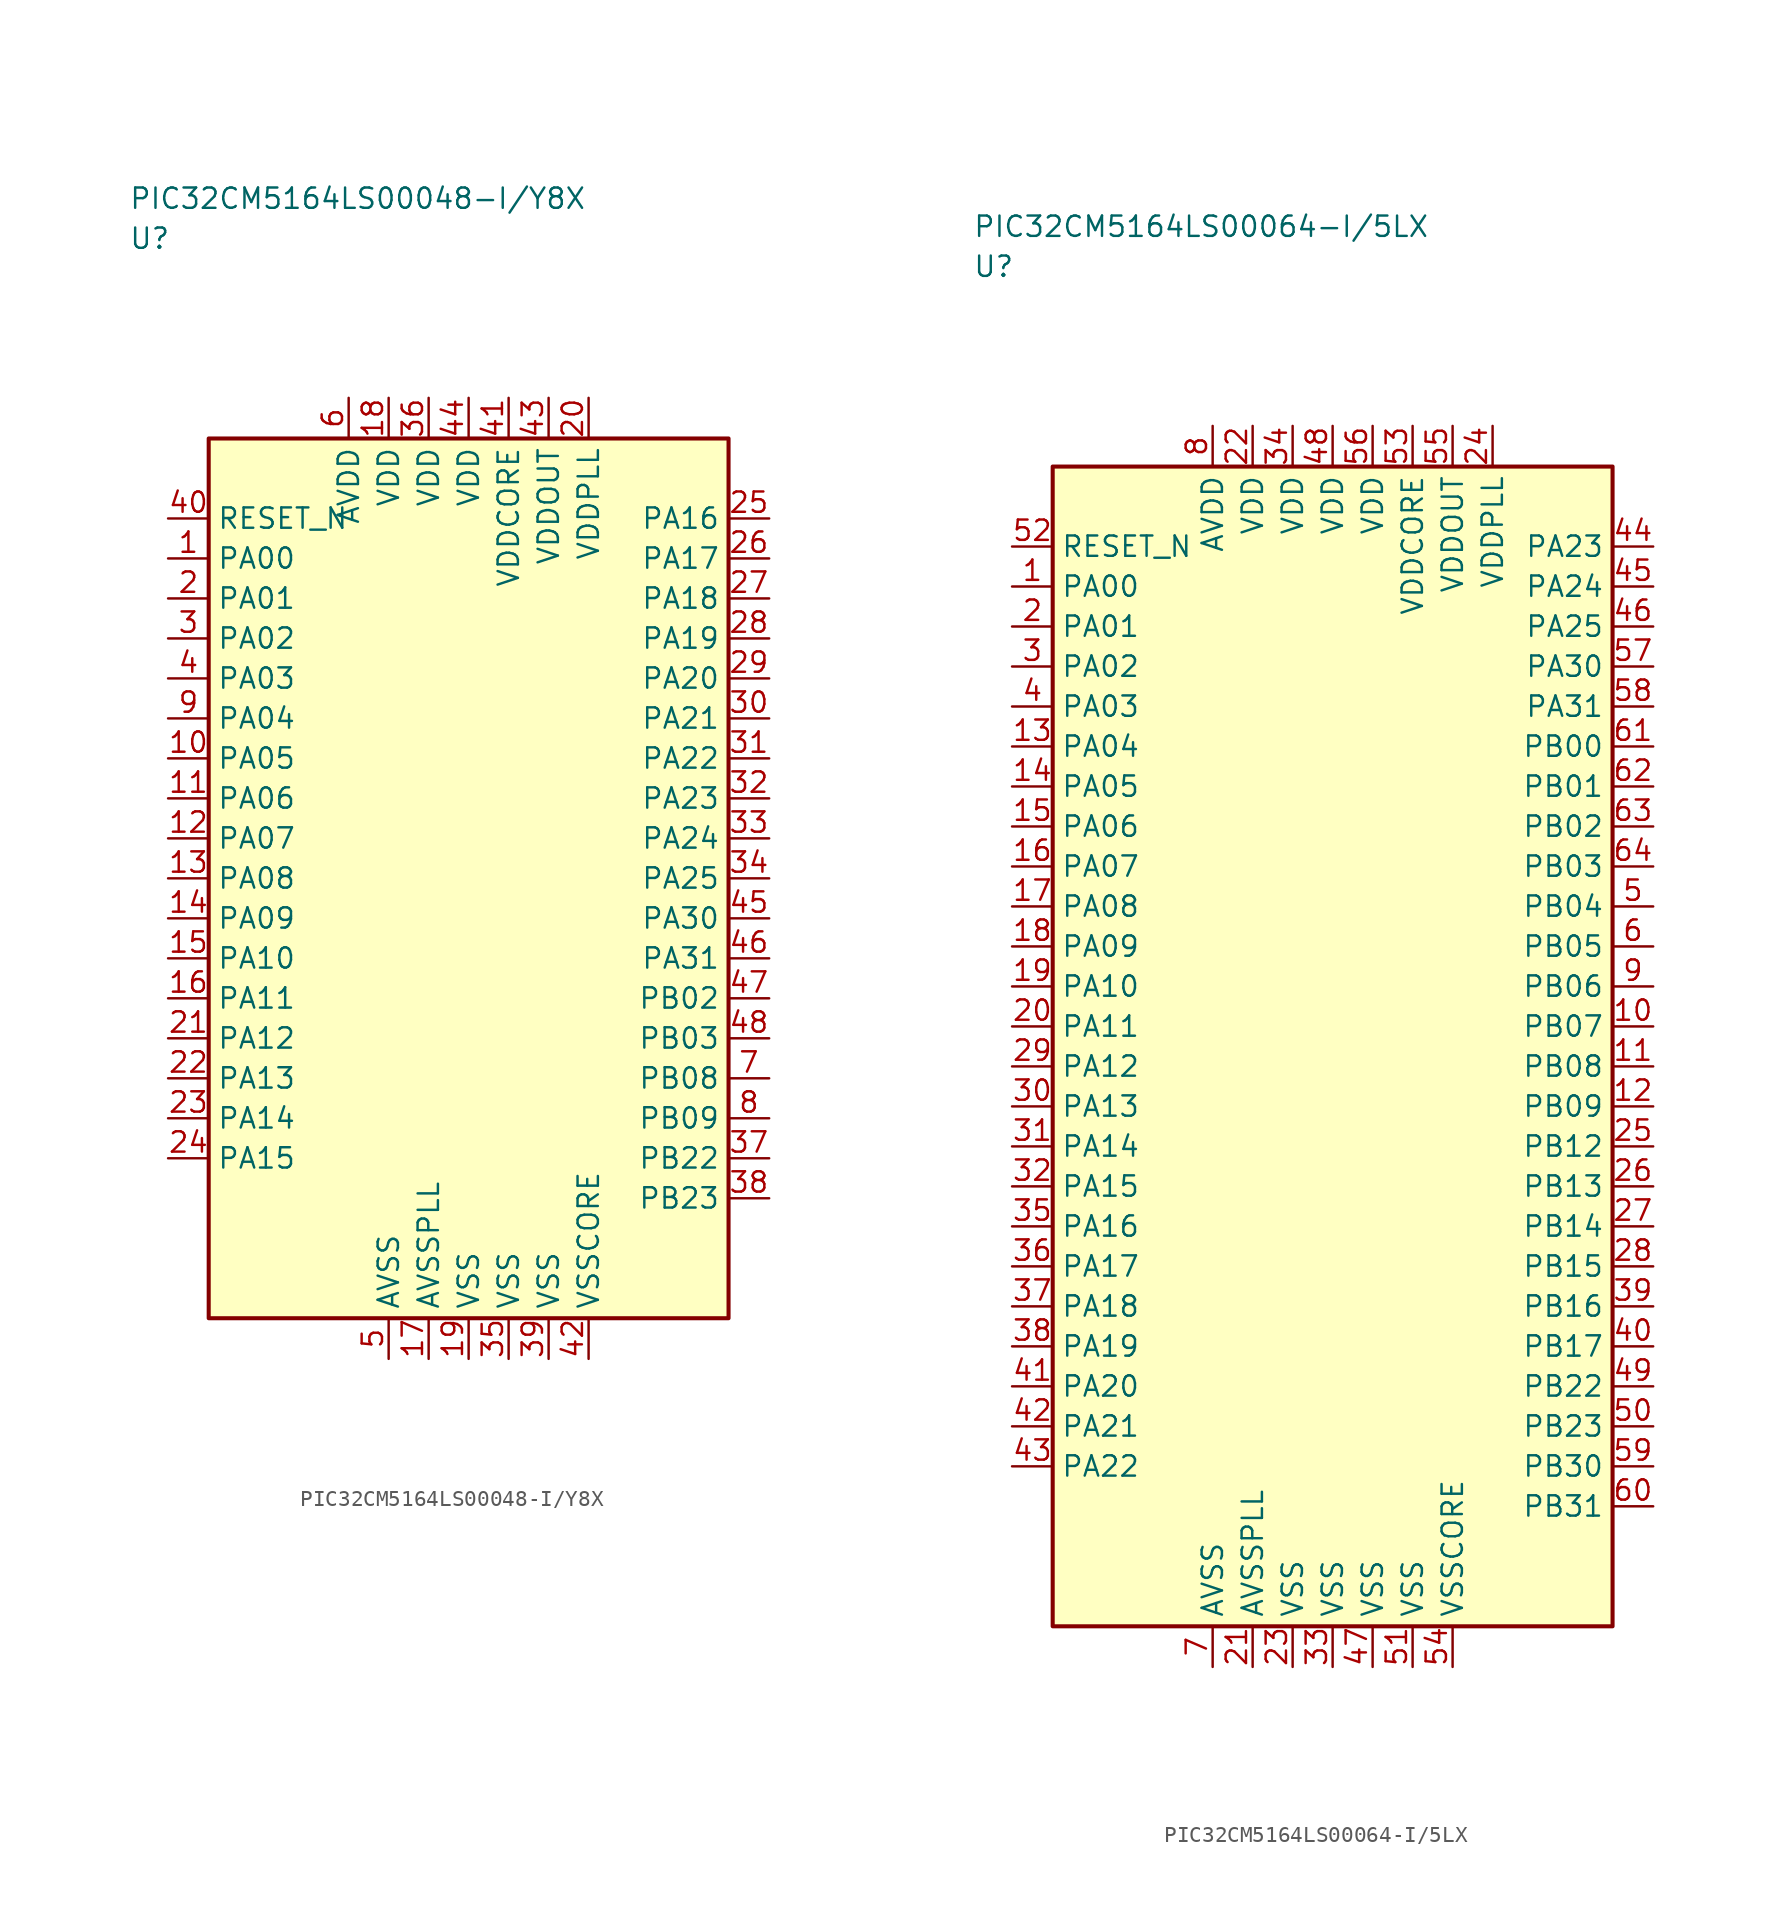
<source format=kicad_sym>
(kicad_symbol_lib
  (version 20241025)
  (generator "kicad_symbol_editor")
  (generator_version "8.0")
  (symbol "PIC32CM5164LS00048-I/Y8X"
    (property "Reference" "U"
      (at -21.25 40.0 0)
      (effects (font (size 1.27 1.27)) (justify left)))
    (property "Value" "PIC32CM5164LS00048-I/Y8X"
      (at -21.25 42.5 0)
      (effects (font (size 1.27 1.27)) (justify left)))
    (symbol "PIC32CM5164LS00048-I/Y8X_0_1"
      (rectangle (start -16.25 27.5) (end 16.25 -27.5) (stroke (width 0.254) (type default)) (fill (type background))))
    (symbol "PIC32CM5164LS00048-I/Y8X_1_1"
      (pin bidirectional line (at -18.79 20.0 0.0) (length 2.54) (name "PA00" (effects (font (size 1.27 1.27)))) (number "1" (effects (font (size 1.27 1.27)))))
      (pin bidirectional line (at -18.79 17.5 0.0) (length 2.54) (name "PA01" (effects (font (size 1.27 1.27)))) (number "2" (effects (font (size 1.27 1.27)))))
      (pin bidirectional line (at -18.79 15.0 0.0) (length 2.54) (name "PA02" (effects (font (size 1.27 1.27)))) (number "3" (effects (font (size 1.27 1.27)))))
      (pin bidirectional line (at -18.79 12.5 0.0) (length 2.54) (name "PA03" (effects (font (size 1.27 1.27)))) (number "4" (effects (font (size 1.27 1.27)))))
      (pin passive line (at -5.0 -30.04 90.0) (length 2.54) (name "AVSS" (effects (font (size 1.27 1.27)))) (number "5" (effects (font (size 1.27 1.27)))))
      (pin power_in line (at -7.5 30.04 270.0) (length 2.54) (name "AVDD" (effects (font (size 1.27 1.27)))) (number "6" (effects (font (size 1.27 1.27)))))
      (pin bidirectional line (at 18.79 -12.5 180.0) (length 2.54) (name "PB08" (effects (font (size 1.27 1.27)))) (number "7" (effects (font (size 1.27 1.27)))))
      (pin bidirectional line (at 18.79 -15.0 180.0) (length 2.54) (name "PB09" (effects (font (size 1.27 1.27)))) (number "8" (effects (font (size 1.27 1.27)))))
      (pin bidirectional line (at -18.79 10.0 0.0) (length 2.54) (name "PA04" (effects (font (size 1.27 1.27)))) (number "9" (effects (font (size 1.27 1.27)))))
      (pin bidirectional line (at -18.79 7.5 0.0) (length 2.54) (name "PA05" (effects (font (size 1.27 1.27)))) (number "10" (effects (font (size 1.27 1.27)))))
      (pin bidirectional line (at -18.79 5.0 0.0) (length 2.54) (name "PA06" (effects (font (size 1.27 1.27)))) (number "11" (effects (font (size 1.27 1.27)))))
      (pin bidirectional line (at -18.79 2.5 0.0) (length 2.54) (name "PA07" (effects (font (size 1.27 1.27)))) (number "12" (effects (font (size 1.27 1.27)))))
      (pin bidirectional line (at -18.79 0.0 0.0) (length 2.54) (name "PA08" (effects (font (size 1.27 1.27)))) (number "13" (effects (font (size 1.27 1.27)))))
      (pin bidirectional line (at -18.79 -2.5 0.0) (length 2.54) (name "PA09" (effects (font (size 1.27 1.27)))) (number "14" (effects (font (size 1.27 1.27)))))
      (pin bidirectional line (at -18.79 -5.0 0.0) (length 2.54) (name "PA10" (effects (font (size 1.27 1.27)))) (number "15" (effects (font (size 1.27 1.27)))))
      (pin bidirectional line (at -18.79 -7.5 0.0) (length 2.54) (name "PA11" (effects (font (size 1.27 1.27)))) (number "16" (effects (font (size 1.27 1.27)))))
      (pin passive line (at -2.5 -30.04 90.0) (length 2.54) (name "AVSSPLL" (effects (font (size 1.27 1.27)))) (number "17" (effects (font (size 1.27 1.27)))))
      (pin power_in line (at -5.0 30.04 270.0) (length 2.54) (name "VDD" (effects (font (size 1.27 1.27)))) (number "18" (effects (font (size 1.27 1.27)))))
      (pin passive line (at 0.0 -30.04 90.0) (length 2.54) (name "VSS" (effects (font (size 1.27 1.27)))) (number "19" (effects (font (size 1.27 1.27)))))
      (pin power_in line (at 7.5 30.04 270.0) (length 2.54) (name "VDDPLL" (effects (font (size 1.27 1.27)))) (number "20" (effects (font (size 1.27 1.27)))))
      (pin bidirectional line (at -18.79 -10.0 0.0) (length 2.54) (name "PA12" (effects (font (size 1.27 1.27)))) (number "21" (effects (font (size 1.27 1.27)))))
      (pin bidirectional line (at -18.79 -12.5 0.0) (length 2.54) (name "PA13" (effects (font (size 1.27 1.27)))) (number "22" (effects (font (size 1.27 1.27)))))
      (pin bidirectional line (at -18.79 -15.0 0.0) (length 2.54) (name "PA14" (effects (font (size 1.27 1.27)))) (number "23" (effects (font (size 1.27 1.27)))))
      (pin bidirectional line (at -18.79 -17.5 0.0) (length 2.54) (name "PA15" (effects (font (size 1.27 1.27)))) (number "24" (effects (font (size 1.27 1.27)))))
      (pin bidirectional line (at 18.79 22.5 180.0) (length 2.54) (name "PA16" (effects (font (size 1.27 1.27)))) (number "25" (effects (font (size 1.27 1.27)))))
      (pin bidirectional line (at 18.79 20.0 180.0) (length 2.54) (name "PA17" (effects (font (size 1.27 1.27)))) (number "26" (effects (font (size 1.27 1.27)))))
      (pin bidirectional line (at 18.79 17.5 180.0) (length 2.54) (name "PA18" (effects (font (size 1.27 1.27)))) (number "27" (effects (font (size 1.27 1.27)))))
      (pin bidirectional line (at 18.79 15.0 180.0) (length 2.54) (name "PA19" (effects (font (size 1.27 1.27)))) (number "28" (effects (font (size 1.27 1.27)))))
      (pin bidirectional line (at 18.79 12.5 180.0) (length 2.54) (name "PA20" (effects (font (size 1.27 1.27)))) (number "29" (effects (font (size 1.27 1.27)))))
      (pin bidirectional line (at 18.79 10.0 180.0) (length 2.54) (name "PA21" (effects (font (size 1.27 1.27)))) (number "30" (effects (font (size 1.27 1.27)))))
      (pin bidirectional line (at 18.79 7.5 180.0) (length 2.54) (name "PA22" (effects (font (size 1.27 1.27)))) (number "31" (effects (font (size 1.27 1.27)))))
      (pin bidirectional line (at 18.79 5.0 180.0) (length 2.54) (name "PA23" (effects (font (size 1.27 1.27)))) (number "32" (effects (font (size 1.27 1.27)))))
      (pin bidirectional line (at 18.79 2.5 180.0) (length 2.54) (name "PA24" (effects (font (size 1.27 1.27)))) (number "33" (effects (font (size 1.27 1.27)))))
      (pin bidirectional line (at 18.79 0.0 180.0) (length 2.54) (name "PA25" (effects (font (size 1.27 1.27)))) (number "34" (effects (font (size 1.27 1.27)))))
      (pin passive line (at 2.5 -30.04 90.0) (length 2.54) (name "VSS" (effects (font (size 1.27 1.27)))) (number "35" (effects (font (size 1.27 1.27)))))
      (pin power_in line (at -2.5 30.04 270.0) (length 2.54) (name "VDD" (effects (font (size 1.27 1.27)))) (number "36" (effects (font (size 1.27 1.27)))))
      (pin bidirectional line (at 18.79 -17.5 180.0) (length 2.54) (name "PB22" (effects (font (size 1.27 1.27)))) (number "37" (effects (font (size 1.27 1.27)))))
      (pin bidirectional line (at 18.79 -20.0 180.0) (length 2.54) (name "PB23" (effects (font (size 1.27 1.27)))) (number "38" (effects (font (size 1.27 1.27)))))
      (pin passive line (at 5.0 -30.04 90.0) (length 2.54) (name "VSS" (effects (font (size 1.27 1.27)))) (number "39" (effects (font (size 1.27 1.27)))))
      (pin input line (at -18.79 22.5 0.0) (length 2.54) (name "RESET_N" (effects (font (size 1.27 1.27)))) (number "40" (effects (font (size 1.27 1.27)))))
      (pin power_in line (at 2.5 30.04 270.0) (length 2.54) (name "VDDCORE" (effects (font (size 1.27 1.27)))) (number "41" (effects (font (size 1.27 1.27)))))
      (pin passive line (at 7.5 -30.04 90.0) (length 2.54) (name "VSSCORE" (effects (font (size 1.27 1.27)))) (number "42" (effects (font (size 1.27 1.27)))))
      (pin power_in line (at 5.0 30.04 270.0) (length 2.54) (name "VDDOUT" (effects (font (size 1.27 1.27)))) (number "43" (effects (font (size 1.27 1.27)))))
      (pin power_in line (at 0.0 30.04 270.0) (length 2.54) (name "VDD" (effects (font (size 1.27 1.27)))) (number "44" (effects (font (size 1.27 1.27)))))
      (pin bidirectional line (at 18.79 -2.5 180.0) (length 2.54) (name "PA30" (effects (font (size 1.27 1.27)))) (number "45" (effects (font (size 1.27 1.27)))))
      (pin bidirectional line (at 18.79 -5.0 180.0) (length 2.54) (name "PA31" (effects (font (size 1.27 1.27)))) (number "46" (effects (font (size 1.27 1.27)))))
      (pin bidirectional line (at 18.79 -7.5 180.0) (length 2.54) (name "PB02" (effects (font (size 1.27 1.27)))) (number "47" (effects (font (size 1.27 1.27)))))
      (pin bidirectional line (at 18.79 -10.0 180.0) (length 2.54) (name "PB03" (effects (font (size 1.27 1.27)))) (number "48" (effects (font (size 1.27 1.27)))))))
  (symbol "PIC32CM5164LS00064-I/5LX"
    (property "Reference" "U"
      (at -22.5 48.75 0)
      (effects (font (size 1.27 1.27)) (justify left)))
    (property "Value" "PIC32CM5164LS00064-I/5LX"
      (at -22.5 51.25 0)
      (effects (font (size 1.27 1.27)) (justify left)))
    (symbol "PIC32CM5164LS00064-I/5LX_0_1"
      (rectangle (start -17.5 36.25) (end 17.5 -36.25) (stroke (width 0.254) (type default)) (fill (type background))))
    (symbol "PIC32CM5164LS00064-I/5LX_1_1"
      (pin bidirectional line (at -20.04 28.75 0.0) (length 2.54) (name "PA00" (effects (font (size 1.27 1.27)))) (number "1" (effects (font (size 1.27 1.27)))))
      (pin bidirectional line (at -20.04 26.25 0.0) (length 2.54) (name "PA01" (effects (font (size 1.27 1.27)))) (number "2" (effects (font (size 1.27 1.27)))))
      (pin bidirectional line (at -20.04 23.75 0.0) (length 2.54) (name "PA02" (effects (font (size 1.27 1.27)))) (number "3" (effects (font (size 1.27 1.27)))))
      (pin bidirectional line (at -20.04 21.25 0.0) (length 2.54) (name "PA03" (effects (font (size 1.27 1.27)))) (number "4" (effects (font (size 1.27 1.27)))))
      (pin bidirectional line (at 20.04 8.75 180.0) (length 2.54) (name "PB04" (effects (font (size 1.27 1.27)))) (number "5" (effects (font (size 1.27 1.27)))))
      (pin bidirectional line (at 20.04 6.25 180.0) (length 2.54) (name "PB05" (effects (font (size 1.27 1.27)))) (number "6" (effects (font (size 1.27 1.27)))))
      (pin passive line (at -7.5 -38.79 90.0) (length 2.54) (name "AVSS" (effects (font (size 1.27 1.27)))) (number "7" (effects (font (size 1.27 1.27)))))
      (pin power_in line (at -7.5 38.79 270.0) (length 2.54) (name "AVDD" (effects (font (size 1.27 1.27)))) (number "8" (effects (font (size 1.27 1.27)))))
      (pin bidirectional line (at 20.04 3.75 180.0) (length 2.54) (name "PB06" (effects (font (size 1.27 1.27)))) (number "9" (effects (font (size 1.27 1.27)))))
      (pin bidirectional line (at 20.04 1.25 180.0) (length 2.54) (name "PB07" (effects (font (size 1.27 1.27)))) (number "10" (effects (font (size 1.27 1.27)))))
      (pin bidirectional line (at 20.04 -1.25 180.0) (length 2.54) (name "PB08" (effects (font (size 1.27 1.27)))) (number "11" (effects (font (size 1.27 1.27)))))
      (pin bidirectional line (at 20.04 -3.75 180.0) (length 2.54) (name "PB09" (effects (font (size 1.27 1.27)))) (number "12" (effects (font (size 1.27 1.27)))))
      (pin bidirectional line (at -20.04 18.75 0.0) (length 2.54) (name "PA04" (effects (font (size 1.27 1.27)))) (number "13" (effects (font (size 1.27 1.27)))))
      (pin bidirectional line (at -20.04 16.25 0.0) (length 2.54) (name "PA05" (effects (font (size 1.27 1.27)))) (number "14" (effects (font (size 1.27 1.27)))))
      (pin bidirectional line (at -20.04 13.75 0.0) (length 2.54) (name "PA06" (effects (font (size 1.27 1.27)))) (number "15" (effects (font (size 1.27 1.27)))))
      (pin bidirectional line (at -20.04 11.25 0.0) (length 2.54) (name "PA07" (effects (font (size 1.27 1.27)))) (number "16" (effects (font (size 1.27 1.27)))))
      (pin bidirectional line (at -20.04 8.75 0.0) (length 2.54) (name "PA08" (effects (font (size 1.27 1.27)))) (number "17" (effects (font (size 1.27 1.27)))))
      (pin bidirectional line (at -20.04 6.25 0.0) (length 2.54) (name "PA09" (effects (font (size 1.27 1.27)))) (number "18" (effects (font (size 1.27 1.27)))))
      (pin bidirectional line (at -20.04 3.75 0.0) (length 2.54) (name "PA10" (effects (font (size 1.27 1.27)))) (number "19" (effects (font (size 1.27 1.27)))))
      (pin bidirectional line (at -20.04 1.25 0.0) (length 2.54) (name "PA11" (effects (font (size 1.27 1.27)))) (number "20" (effects (font (size 1.27 1.27)))))
      (pin passive line (at -5.0 -38.79 90.0) (length 2.54) (name "AVSSPLL" (effects (font (size 1.27 1.27)))) (number "21" (effects (font (size 1.27 1.27)))))
      (pin power_in line (at -5.0 38.79 270.0) (length 2.54) (name "VDD" (effects (font (size 1.27 1.27)))) (number "22" (effects (font (size 1.27 1.27)))))
      (pin passive line (at -2.5 -38.79 90.0) (length 2.54) (name "VSS" (effects (font (size 1.27 1.27)))) (number "23" (effects (font (size 1.27 1.27)))))
      (pin power_in line (at 10.0 38.79 270.0) (length 2.54) (name "VDDPLL" (effects (font (size 1.27 1.27)))) (number "24" (effects (font (size 1.27 1.27)))))
      (pin bidirectional line (at 20.04 -6.25 180.0) (length 2.54) (name "PB12" (effects (font (size 1.27 1.27)))) (number "25" (effects (font (size 1.27 1.27)))))
      (pin bidirectional line (at 20.04 -8.75 180.0) (length 2.54) (name "PB13" (effects (font (size 1.27 1.27)))) (number "26" (effects (font (size 1.27 1.27)))))
      (pin bidirectional line (at 20.04 -11.25 180.0) (length 2.54) (name "PB14" (effects (font (size 1.27 1.27)))) (number "27" (effects (font (size 1.27 1.27)))))
      (pin bidirectional line (at 20.04 -13.75 180.0) (length 2.54) (name "PB15" (effects (font (size 1.27 1.27)))) (number "28" (effects (font (size 1.27 1.27)))))
      (pin bidirectional line (at -20.04 -1.25 0.0) (length 2.54) (name "PA12" (effects (font (size 1.27 1.27)))) (number "29" (effects (font (size 1.27 1.27)))))
      (pin bidirectional line (at -20.04 -3.75 0.0) (length 2.54) (name "PA13" (effects (font (size 1.27 1.27)))) (number "30" (effects (font (size 1.27 1.27)))))
      (pin bidirectional line (at -20.04 -6.25 0.0) (length 2.54) (name "PA14" (effects (font (size 1.27 1.27)))) (number "31" (effects (font (size 1.27 1.27)))))
      (pin bidirectional line (at -20.04 -8.75 0.0) (length 2.54) (name "PA15" (effects (font (size 1.27 1.27)))) (number "32" (effects (font (size 1.27 1.27)))))
      (pin passive line (at 0.0 -38.79 90.0) (length 2.54) (name "VSS" (effects (font (size 1.27 1.27)))) (number "33" (effects (font (size 1.27 1.27)))))
      (pin power_in line (at -2.5 38.79 270.0) (length 2.54) (name "VDD" (effects (font (size 1.27 1.27)))) (number "34" (effects (font (size 1.27 1.27)))))
      (pin bidirectional line (at -20.04 -11.25 0.0) (length 2.54) (name "PA16" (effects (font (size 1.27 1.27)))) (number "35" (effects (font (size 1.27 1.27)))))
      (pin bidirectional line (at -20.04 -13.75 0.0) (length 2.54) (name "PA17" (effects (font (size 1.27 1.27)))) (number "36" (effects (font (size 1.27 1.27)))))
      (pin bidirectional line (at -20.04 -16.25 0.0) (length 2.54) (name "PA18" (effects (font (size 1.27 1.27)))) (number "37" (effects (font (size 1.27 1.27)))))
      (pin bidirectional line (at -20.04 -18.75 0.0) (length 2.54) (name "PA19" (effects (font (size 1.27 1.27)))) (number "38" (effects (font (size 1.27 1.27)))))
      (pin bidirectional line (at 20.04 -16.25 180.0) (length 2.54) (name "PB16" (effects (font (size 1.27 1.27)))) (number "39" (effects (font (size 1.27 1.27)))))
      (pin bidirectional line (at 20.04 -18.75 180.0) (length 2.54) (name "PB17" (effects (font (size 1.27 1.27)))) (number "40" (effects (font (size 1.27 1.27)))))
      (pin bidirectional line (at -20.04 -21.25 0.0) (length 2.54) (name "PA20" (effects (font (size 1.27 1.27)))) (number "41" (effects (font (size 1.27 1.27)))))
      (pin bidirectional line (at -20.04 -23.75 0.0) (length 2.54) (name "PA21" (effects (font (size 1.27 1.27)))) (number "42" (effects (font (size 1.27 1.27)))))
      (pin bidirectional line (at -20.04 -26.25 0.0) (length 2.54) (name "PA22" (effects (font (size 1.27 1.27)))) (number "43" (effects (font (size 1.27 1.27)))))
      (pin bidirectional line (at 20.04 31.25 180.0) (length 2.54) (name "PA23" (effects (font (size 1.27 1.27)))) (number "44" (effects (font (size 1.27 1.27)))))
      (pin bidirectional line (at 20.04 28.75 180.0) (length 2.54) (name "PA24" (effects (font (size 1.27 1.27)))) (number "45" (effects (font (size 1.27 1.27)))))
      (pin bidirectional line (at 20.04 26.25 180.0) (length 2.54) (name "PA25" (effects (font (size 1.27 1.27)))) (number "46" (effects (font (size 1.27 1.27)))))
      (pin passive line (at 2.5 -38.79 90.0) (length 2.54) (name "VSS" (effects (font (size 1.27 1.27)))) (number "47" (effects (font (size 1.27 1.27)))))
      (pin power_in line (at 0.0 38.79 270.0) (length 2.54) (name "VDD" (effects (font (size 1.27 1.27)))) (number "48" (effects (font (size 1.27 1.27)))))
      (pin bidirectional line (at 20.04 -21.25 180.0) (length 2.54) (name "PB22" (effects (font (size 1.27 1.27)))) (number "49" (effects (font (size 1.27 1.27)))))
      (pin bidirectional line (at 20.04 -23.75 180.0) (length 2.54) (name "PB23" (effects (font (size 1.27 1.27)))) (number "50" (effects (font (size 1.27 1.27)))))
      (pin passive line (at 5.0 -38.79 90.0) (length 2.54) (name "VSS" (effects (font (size 1.27 1.27)))) (number "51" (effects (font (size 1.27 1.27)))))
      (pin input line (at -20.04 31.25 0.0) (length 2.54) (name "RESET_N" (effects (font (size 1.27 1.27)))) (number "52" (effects (font (size 1.27 1.27)))))
      (pin power_in line (at 5.0 38.79 270.0) (length 2.54) (name "VDDCORE" (effects (font (size 1.27 1.27)))) (number "53" (effects (font (size 1.27 1.27)))))
      (pin passive line (at 7.5 -38.79 90.0) (length 2.54) (name "VSSCORE" (effects (font (size 1.27 1.27)))) (number "54" (effects (font (size 1.27 1.27)))))
      (pin power_in line (at 7.5 38.79 270.0) (length 2.54) (name "VDDOUT" (effects (font (size 1.27 1.27)))) (number "55" (effects (font (size 1.27 1.27)))))
      (pin power_in line (at 2.5 38.79 270.0) (length 2.54) (name "VDD" (effects (font (size 1.27 1.27)))) (number "56" (effects (font (size 1.27 1.27)))))
      (pin bidirectional line (at 20.04 23.75 180.0) (length 2.54) (name "PA30" (effects (font (size 1.27 1.27)))) (number "57" (effects (font (size 1.27 1.27)))))
      (pin bidirectional line (at 20.04 21.25 180.0) (length 2.54) (name "PA31" (effects (font (size 1.27 1.27)))) (number "58" (effects (font (size 1.27 1.27)))))
      (pin bidirectional line (at 20.04 -26.25 180.0) (length 2.54) (name "PB30" (effects (font (size 1.27 1.27)))) (number "59" (effects (font (size 1.27 1.27)))))
      (pin bidirectional line (at 20.04 -28.75 180.0) (length 2.54) (name "PB31" (effects (font (size 1.27 1.27)))) (number "60" (effects (font (size 1.27 1.27)))))
      (pin bidirectional line (at 20.04 18.75 180.0) (length 2.54) (name "PB00" (effects (font (size 1.27 1.27)))) (number "61" (effects (font (size 1.27 1.27)))))
      (pin bidirectional line (at 20.04 16.25 180.0) (length 2.54) (name "PB01" (effects (font (size 1.27 1.27)))) (number "62" (effects (font (size 1.27 1.27)))))
      (pin bidirectional line (at 20.04 13.75 180.0) (length 2.54) (name "PB02" (effects (font (size 1.27 1.27)))) (number "63" (effects (font (size 1.27 1.27)))))
      (pin bidirectional line (at 20.04 11.25 180.0) (length 2.54) (name "PB03" (effects (font (size 1.27 1.27)))) (number "64" (effects (font (size 1.27 1.27))))))))
</source>
